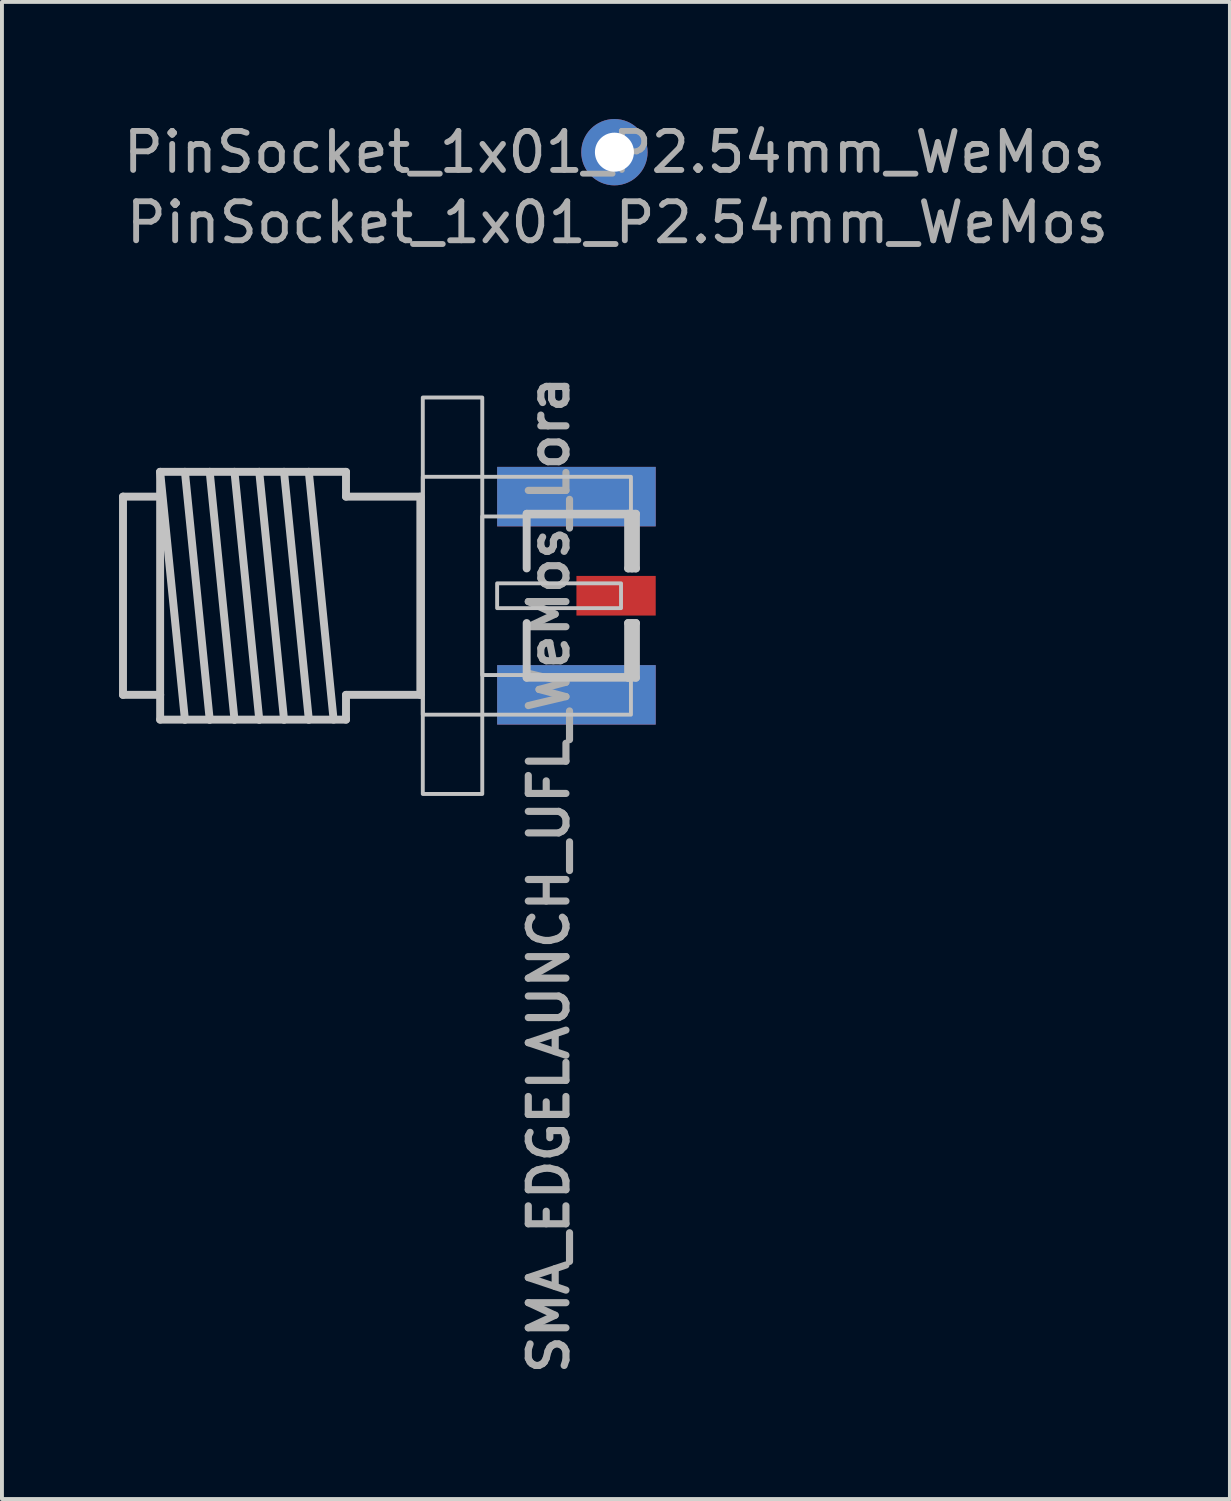
<source format=kicad_pcb>
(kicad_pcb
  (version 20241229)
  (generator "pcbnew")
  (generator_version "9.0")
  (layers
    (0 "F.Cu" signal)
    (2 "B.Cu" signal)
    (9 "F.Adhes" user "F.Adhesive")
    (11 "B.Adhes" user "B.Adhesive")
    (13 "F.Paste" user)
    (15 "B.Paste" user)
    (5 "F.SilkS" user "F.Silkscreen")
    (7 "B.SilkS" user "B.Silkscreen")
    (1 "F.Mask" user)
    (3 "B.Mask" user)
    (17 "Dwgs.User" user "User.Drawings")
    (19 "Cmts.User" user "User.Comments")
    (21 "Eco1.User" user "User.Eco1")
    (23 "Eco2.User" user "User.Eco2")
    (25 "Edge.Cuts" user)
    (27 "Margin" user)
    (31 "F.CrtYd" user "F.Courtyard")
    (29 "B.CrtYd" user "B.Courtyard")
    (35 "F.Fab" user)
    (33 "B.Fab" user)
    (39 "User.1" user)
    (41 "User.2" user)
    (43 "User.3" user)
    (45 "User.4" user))
  (footprint "SMA_EDGELAUNCH_UFL_WeMos_Lora"
    (layer "F.Cu")
    (at 9.69 12.217)
    (property "Reference" "SMA_EDGELAUNCH_UFL_WeMos_Lora" (at 0.762 -5.715 90) (layer "F.Fab") (effects (font (size 0.965 0.965) (thickness 0.183)) (justify right top)))
    (attr through_hole)
    (fp_poly (pts (xy 0.889 -0.938) (xy 3.226 -0.938) (xy 3.226 -1.853) (xy 0.889 -1.853)) (stroke (width 0) (type solid)) (fill yes) (layer "F.Mask"))
    (fp_poly (pts (xy 0.889 1.853) (xy 3.226 1.853) (xy 3.226 0.938) (xy 0.889 0.938)) (stroke (width 0) (type solid)) (fill yes) (layer "F.Mask"))
    (fp_poly (pts (xy 0.991 -0.989) (xy 3.124 -0.989) (xy 3.124 -1.802) (xy 0.991 -1.802)) (stroke (width 0) (type solid)) (fill yes) (layer "F.Paste"))
    (fp_poly (pts (xy 0.991 1.802) (xy 3.124 1.802) (xy 3.124 0.989) (xy 0.991 0.989)) (stroke (width 0) (type solid)) (fill yes) (layer "F.Paste"))
    (fp_poly (pts (xy 3.2 0.483) (xy 3.962 0.483) (xy 3.962 -0.483) (xy 3.2 -0.483)) (stroke (width 0) (type solid)) (fill yes) (layer "F.Paste"))
    (fp_line (start -9.588 -2.54) (end -8.636 -2.54) (stroke (width 0.203) (type solid)) (layer "Dwgs.User"))
    (fp_line (start -9.588 2.54) (end -9.588 -2.54) (stroke (width 0.203) (type solid)) (layer "Dwgs.User"))
    (fp_line (start -8.636 -3.175) (end -8.001 -3.175) (stroke (width 0.203) (type solid)) (layer "Dwgs.User"))
    (fp_line (start -8.636 -3.175) (end -8.001 3.175) (stroke (width 0.203) (type solid)) (layer "Dwgs.User"))
    (fp_line (start -8.636 -2.54) (end -8.636 -3.175) (stroke (width 0.203) (type solid)) (layer "Dwgs.User"))
    (fp_line (start -8.636 -2.54) (end -8.636 2.54) (stroke (width 0.203) (type solid)) (layer "Dwgs.User"))
    (fp_line (start -8.636 2.54) (end -9.588 2.54) (stroke (width 0.203) (type solid)) (layer "Dwgs.User"))
    (fp_line (start -8.636 3.175) (end -8.636 2.54) (stroke (width 0.203) (type solid)) (layer "Dwgs.User"))
    (fp_line (start -8.001 -3.175) (end -7.366 -3.175) (stroke (width 0.203) (type solid)) (layer "Dwgs.User"))
    (fp_line (start -8.001 -3.175) (end -7.366 3.175) (stroke (width 0.203) (type solid)) (layer "Dwgs.User"))
    (fp_line (start -8.001 3.175) (end -8.636 3.175) (stroke (width 0.203) (type solid)) (layer "Dwgs.User"))
    (fp_line (start -7.366 -3.175) (end -6.731 -3.175) (stroke (width 0.203) (type solid)) (layer "Dwgs.User"))
    (fp_line (start -7.366 -3.175) (end -6.731 3.175) (stroke (width 0.203) (type solid)) (layer "Dwgs.User"))
    (fp_line (start -7.366 3.175) (end -8.001 3.175) (stroke (width 0.203) (type solid)) (layer "Dwgs.User"))
    (fp_line (start -6.731 -3.175) (end -6.096 -3.175) (stroke (width 0.203) (type solid)) (layer "Dwgs.User"))
    (fp_line (start -6.731 -3.175) (end -6.096 3.175) (stroke (width 0.203) (type solid)) (layer "Dwgs.User"))
    (fp_line (start -6.731 3.175) (end -7.366 3.175) (stroke (width 0.203) (type solid)) (layer "Dwgs.User"))
    (fp_line (start -6.096 -3.175) (end -5.461 -3.175) (stroke (width 0.203) (type solid)) (layer "Dwgs.User"))
    (fp_line (start -6.096 -3.175) (end -5.461 3.175) (stroke (width 0.203) (type solid)) (layer "Dwgs.User"))
    (fp_line (start -6.096 3.175) (end -6.731 3.175) (stroke (width 0.203) (type solid)) (layer "Dwgs.User"))
    (fp_line (start -5.461 -3.175) (end -4.826 -3.175) (stroke (width 0.203) (type solid)) (layer "Dwgs.User"))
    (fp_line (start -5.461 -3.175) (end -4.826 3.175) (stroke (width 0.203) (type solid)) (layer "Dwgs.User"))
    (fp_line (start -5.461 3.175) (end -6.096 3.175) (stroke (width 0.203) (type solid)) (layer "Dwgs.User"))
    (fp_line (start -4.826 -3.175) (end -4.191 3.175) (stroke (width 0.203) (type solid)) (layer "Dwgs.User"))
    (fp_line (start -4.826 -3.175) (end -3.873 -3.175) (stroke (width 0.203) (type solid)) (layer "Dwgs.User"))
    (fp_line (start -4.826 3.175) (end -5.461 3.175) (stroke (width 0.203) (type solid)) (layer "Dwgs.User"))
    (fp_line (start -3.873 -3.175) (end -3.873 -2.54) (stroke (width 0.203) (type solid)) (layer "Dwgs.User"))
    (fp_line (start -3.873 -2.54) (end -1.968 -2.54) (stroke (width 0.203) (type solid)) (layer "Dwgs.User"))
    (fp_line (start -3.873 2.54) (end -3.873 3.175) (stroke (width 0.203) (type solid)) (layer "Dwgs.User"))
    (fp_line (start -3.873 3.175) (end -4.826 3.175) (stroke (width 0.203) (type solid)) (layer "Dwgs.User"))
    (fp_line (start -1.968 -2.54) (end -1.968 2.54) (stroke (width 0.203) (type solid)) (layer "Dwgs.User"))
    (fp_line (start -1.968 2.54) (end -3.873 2.54) (stroke (width 0.203) (type solid)) (layer "Dwgs.User"))
    (fp_line (start 0.757 -0.7) (end 0.757 -2.1) (stroke (width 0.203) (type solid)) (layer "Dwgs.User"))
    (fp_line (start 0.757 2.1) (end 0.757 0.7) (stroke (width 0.203) (type solid)) (layer "Dwgs.User"))
    (fp_line (start 0.757 2.1) (end 3.357 2.1) (stroke (width 0.203) (type solid)) (layer "Dwgs.User"))
    (fp_line (start 3.357 -2.1) (end 0.757 -2.1) (stroke (width 0.203) (type solid)) (layer "Dwgs.User"))
    (fp_line (start 3.357 -0.7) (end 3.357 -2.1) (stroke (width 0.203) (type solid)) (layer "Dwgs.User"))
    (fp_line (start 3.357 2.1) (end 3.357 0.7) (stroke (width 0.203) (type solid)) (layer "Dwgs.User"))
    (fp_line (start 3.457 -0.7) (end 3.457 -2) (stroke (width 0.203) (type solid)) (layer "Dwgs.User"))
    (fp_line (start 3.457 2) (end 3.457 0.7) (stroke (width 0.203) (type solid)) (layer "Dwgs.User"))
    (fp_line (start 3.557 -2.1) (end 3.357 -2.1) (stroke (width 0.203) (type solid)) (layer "Dwgs.User"))
    (fp_line (start 3.557 -0.7) (end 3.357 -0.7) (stroke (width 0.203) (type solid)) (layer "Dwgs.User"))
    (fp_line (start 3.557 -0.7) (end 3.557 -2.1) (stroke (width 0.203) (type solid)) (layer "Dwgs.User"))
    (fp_line (start 3.557 0.7) (end 3.357 0.7) (stroke (width 0.203) (type solid)) (layer "Dwgs.User"))
    (fp_line (start 3.557 2.1) (end 3.357 2.1) (stroke (width 0.203) (type solid)) (layer "Dwgs.User"))
    (fp_line (start 3.557 2.1) (end 3.557 0.7) (stroke (width 0.203) (type solid)) (layer "Dwgs.User"))
    (fp_poly (pts (xy -1.905 -5.08) (xy -0.381 -5.08) (xy -0.381 5.08) (xy -1.905 5.08)) (stroke (width 0.1) (type solid)) (fill no) (layer "Dwgs.User"))
    (fp_poly (pts (xy 0 0.318) (xy 3.175 0.318) (xy 3.175 -0.318) (xy 0 -0.318)) (stroke (width 0.1) (type solid)) (fill no) (layer "Dwgs.User"))
    (fp_poly (pts (xy -1.905 -3.048) (xy 3.429 -3.048) (xy 3.429 -2.032) (xy -0.381 -2.032) (xy -0.381 2.032) (xy 3.429 2.032) (xy 3.429 3.048) (xy -1.905 3.048)) (stroke (width 0.1) (type solid)) (fill no) (layer "Dwgs.User"))
    (pad "1" smd rect (at 3.048 0 90) (size 1.016 2.032) (layers "F.Cu" "F.Mask" "F.Paste"))
    (pad "2" smd rect (at 2.032 2.54 90) (size 1.524 4.064) (layers "F.Cu" "F.Mask" "F.Paste"))
    (pad "3" smd rect (at 2.032 -2.54 90) (size 1.524 4.064) (layers "F.Cu" "F.Mask" "F.Paste"))
    (pad "4" smd rect (at 2.032 -2.54 90) (size 1.524 4.064) (layers "B.Cu" "B.Mask" "B.Paste"))
    (pad "5" smd rect (at 2.032 2.54 90) (size 1.524 4.064) (layers "B.Cu" "B.Mask" "B.Paste")))
  (footprint "PinSocket_1x01_P2.54mm_WeMos"
    (layer "F.Cu")
    (at 12.696 0.85)
    (property "Reference" "PinSocket_1x01_P2.54mm_WeMos" (at 0.076 1.803 0) (layer "F.Fab") (effects (font (size 1 1) (thickness 0.15))))
    (attr through_hole)
    (fp_text user "${REFERENCE}" (at 0 0 0) (layer "F.Fab") (effects (font (size 1 1) (thickness 0.15))))
    (pad "1" thru_hole oval (at 0 0) (size 1.7 1.7) (drill 1) (layers "*.Cu" "*.Mask")))
  (gr_rect
    (start -3 -3)
    (end 28.469 35.366)
    (stroke (width 0.1) (type default))
    (fill no)
    (layer "Edge.Cuts")))
</source>
